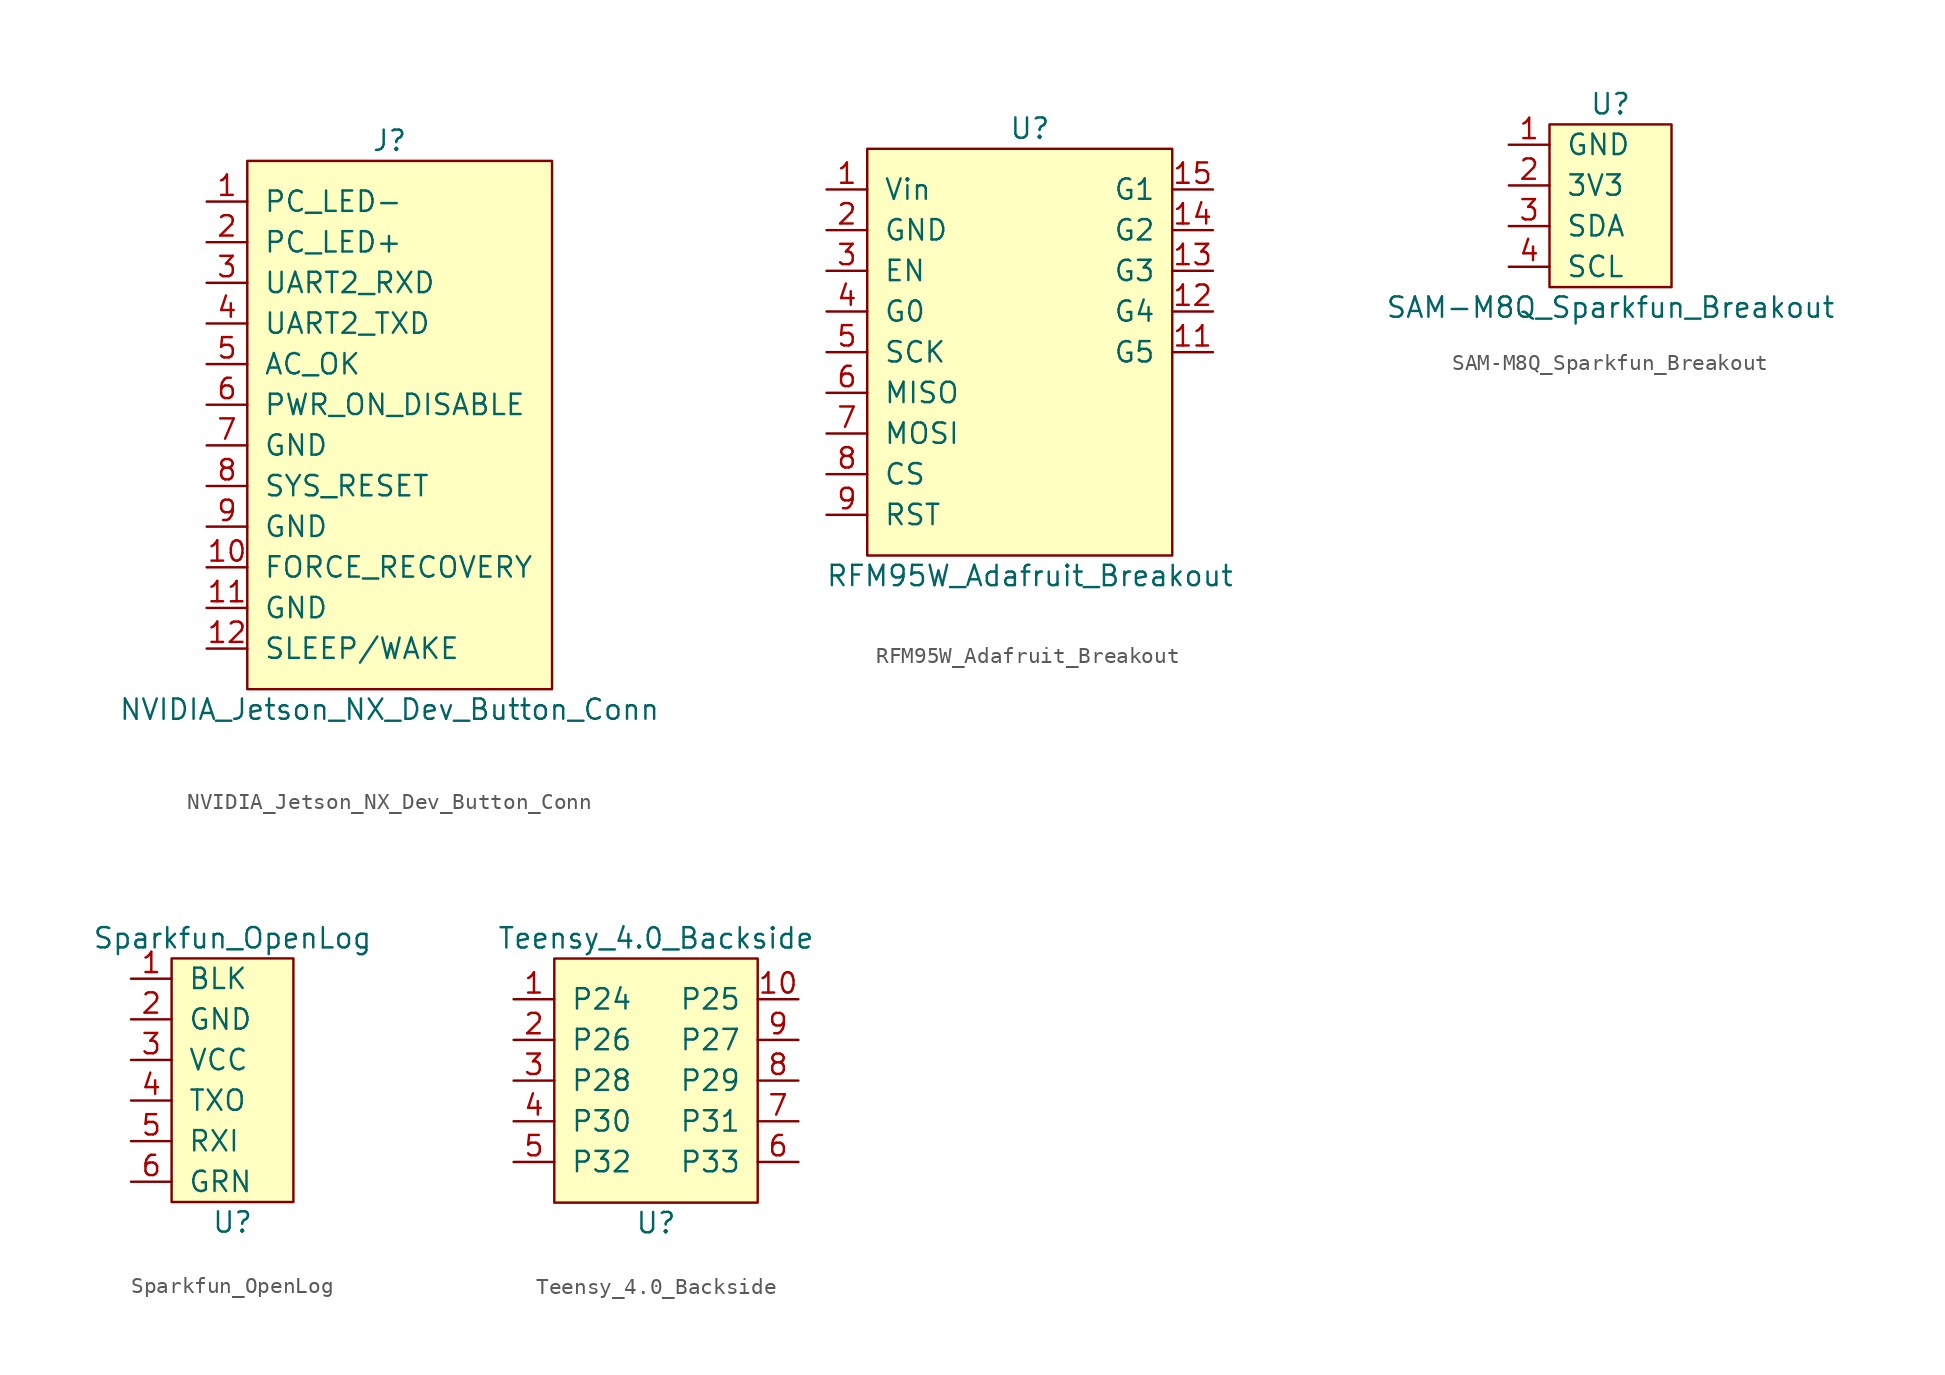
<source format=kicad_sym>
(kicad_symbol_lib
  (version 20211014)
  (generator kicad_symbol_editor)
  (symbol "NVIDIA_Jetson_NX_Dev_Button_Conn"
    (pin_names
      (offset 1.016))
    (property "Reference" "J"
      (at 0 24.13 0)
      (effects (font (size 1.27 1.27))))
    (property "Value" "NVIDIA_Jetson_NX_Dev_Button_Conn"
      (at 0 -11.43 0)
      (effects (font (size 1.27 1.27))))
    (symbol "NVIDIA_Jetson_NX_Dev_Button_Conn_0_1"
      (rectangle (start -8.89 22.86) (end 10.16 -10.16) (stroke (width 0) (type default) (color 0 0 0 0)) (fill (type background))))
    (symbol "NVIDIA_Jetson_NX_Dev_Button_Conn_1_1"
      (pin input line (at -11.43 20.32 0) (length 2.54) (name "PC_LED-" (effects (font (size 1.27 1.27)))) (number "1" (effects (font (size 1.27 1.27)))))
      (pin input line (at -11.43 -2.54 0) (length 2.54) (name "FORCE_RECOVERY" (effects (font (size 1.27 1.27)))) (number "10" (effects (font (size 1.27 1.27)))))
      (pin power_out line (at -11.43 -5.08 0) (length 2.54) (name "GND" (effects (font (size 1.27 1.27)))) (number "11" (effects (font (size 1.27 1.27)))))
      (pin input line (at -11.43 -7.62 0) (length 2.54) (name "SLEEP/WAKE" (effects (font (size 1.27 1.27)))) (number "12" (effects (font (size 1.27 1.27)))))
      (pin output line (at -11.43 17.78 0) (length 2.54) (name "PC_LED+" (effects (font (size 1.27 1.27)))) (number "2" (effects (font (size 1.27 1.27)))))
      (pin input line (at -11.43 15.24 0) (length 2.54) (name "UART2_RXD" (effects (font (size 1.27 1.27)))) (number "3" (effects (font (size 1.27 1.27)))))
      (pin output line (at -11.43 12.7 0) (length 2.54) (name "UART2_TXD" (effects (font (size 1.27 1.27)))) (number "4" (effects (font (size 1.27 1.27)))))
      (pin input line (at -11.43 10.16 0) (length 2.54) (name "AC_OK" (effects (font (size 1.27 1.27)))) (number "5" (effects (font (size 1.27 1.27)))))
      (pin bidirectional line (at -11.43 7.62 0) (length 2.54) (name "PWR_ON_DISABLE" (effects (font (size 1.27 1.27)))) (number "6" (effects (font (size 1.27 1.27)))))
      (pin power_out line (at -11.43 5.08 0) (length 2.54) (name "GND" (effects (font (size 1.27 1.27)))) (number "7" (effects (font (size 1.27 1.27)))))
      (pin input line (at -11.43 2.54 0) (length 2.54) (name "SYS_RESET" (effects (font (size 1.27 1.27)))) (number "8" (effects (font (size 1.27 1.27)))))
      (pin power_out line (at -11.43 0 0) (length 2.54) (name "GND" (effects (font (size 1.27 1.27)))) (number "9" (effects (font (size 1.27 1.27)))))))
  (symbol "RFM95W_Adafruit_Breakout"
    (pin_names
      (offset 1.016))
    (property "Reference" "U"
      (at 0 13.97 0)
      (effects (font (size 1.27 1.27))))
    (property "Value" "RFM95W_Adafruit_Breakout"
      (at 0 -13.97 0)
      (effects (font (size 1.27 1.27))))
    (symbol "RFM95W_Adafruit_Breakout_0_1"
      (rectangle (start -10.16 12.7) (end 8.89 -12.7) (stroke (width 0) (type default) (color 0 0 0 0)) (fill (type background))))
    (symbol "RFM95W_Adafruit_Breakout_1_1"
      (pin power_in line (at -12.7 10.16 0) (length 2.54) (name "Vin" (effects (font (size 1.27 1.27)))) (number "1" (effects (font (size 1.27 1.27)))))
      (pin bidirectional line (at 11.43 0 180) (length 2.54) (name "G5" (effects (font (size 1.27 1.27)))) (number "11" (effects (font (size 1.27 1.27)))))
      (pin bidirectional line (at 11.43 2.54 180) (length 2.54) (name "G4" (effects (font (size 1.27 1.27)))) (number "12" (effects (font (size 1.27 1.27)))))
      (pin bidirectional line (at 11.43 5.08 180) (length 2.54) (name "G3" (effects (font (size 1.27 1.27)))) (number "13" (effects (font (size 1.27 1.27)))))
      (pin bidirectional line (at 11.43 7.62 180) (length 2.54) (name "G2" (effects (font (size 1.27 1.27)))) (number "14" (effects (font (size 1.27 1.27)))))
      (pin bidirectional line (at 11.43 10.16 180) (length 2.54) (name "G1" (effects (font (size 1.27 1.27)))) (number "15" (effects (font (size 1.27 1.27)))))
      (pin power_in line (at -12.7 7.62 0) (length 2.54) (name "GND" (effects (font (size 1.27 1.27)))) (number "2" (effects (font (size 1.27 1.27)))))
      (pin input line (at -12.7 5.08 0) (length 2.54) (name "EN" (effects (font (size 1.27 1.27)))) (number "3" (effects (font (size 1.27 1.27)))))
      (pin output line (at -12.7 2.54 0) (length 2.54) (name "G0" (effects (font (size 1.27 1.27)))) (number "4" (effects (font (size 1.27 1.27)))))
      (pin input line (at -12.7 0 0) (length 2.54) (name "SCK" (effects (font (size 1.27 1.27)))) (number "5" (effects (font (size 1.27 1.27)))))
      (pin output line (at -12.7 -2.54 0) (length 2.54) (name "MISO" (effects (font (size 1.27 1.27)))) (number "6" (effects (font (size 1.27 1.27)))))
      (pin input line (at -12.7 -5.08 0) (length 2.54) (name "MOSI" (effects (font (size 1.27 1.27)))) (number "7" (effects (font (size 1.27 1.27)))))
      (pin input line (at -12.7 -7.62 0) (length 2.54) (name "CS" (effects (font (size 1.27 1.27)))) (number "8" (effects (font (size 1.27 1.27)))))
      (pin input line (at -12.7 -10.16 0) (length 2.54) (name "RST" (effects (font (size 1.27 1.27)))) (number "9" (effects (font (size 1.27 1.27)))))))
  (symbol "SAM-M8Q_Sparkfun_Breakout"
    (pin_names
      (offset 1.016))
    (property "Reference" "U"
      (at 0 7.62 0)
      (effects (font (size 1.27 1.27))))
    (property "Value" "SAM-M8Q_Sparkfun_Breakout"
      (at 0 -5.08 0)
      (effects (font (size 1.27 1.27))))
    (symbol "SAM-M8Q_Sparkfun_Breakout_0_1"
      (rectangle (start -3.81 6.35) (end 3.81 -3.81) (stroke (width 0) (type default) (color 0 0 0 0)) (fill (type background))))
    (symbol "SAM-M8Q_Sparkfun_Breakout_1_1"
      (pin power_in line (at -6.35 5.08 0) (length 2.54) (name "GND" (effects (font (size 1.27 1.27)))) (number "1" (effects (font (size 1.27 1.27)))))
      (pin power_in line (at -6.35 2.54 0) (length 2.54) (name "3V3" (effects (font (size 1.27 1.27)))) (number "2" (effects (font (size 1.27 1.27)))))
      (pin bidirectional line (at -6.35 0 0) (length 2.54) (name "SDA" (effects (font (size 1.27 1.27)))) (number "3" (effects (font (size 1.27 1.27)))))
      (pin bidirectional line (at -6.35 -2.54 0) (length 2.54) (name "SCL" (effects (font (size 1.27 1.27)))) (number "4" (effects (font (size 1.27 1.27)))))))
  (symbol "Sparkfun_OpenLog"
    (pin_names
      (offset 1.016))
    (property "Reference" "U"
      (at 0 -8.89 0)
      (effects (font (size 1.27 1.27))))
    (property "Value" "Sparkfun_OpenLog"
      (at 0 8.89 0)
      (effects (font (size 1.27 1.27))))
    (symbol "Sparkfun_OpenLog_0_1"
      (rectangle (start -3.81 7.62) (end 3.81 -7.62) (stroke (width 0) (type default) (color 0 0 0 0)) (fill (type background))))
    (symbol "Sparkfun_OpenLog_1_1"
      (pin power_in line (at -6.35 6.35 0) (length 2.54) (name "BLK" (effects (font (size 1.27 1.27)))) (number "1" (effects (font (size 1.27 1.27)))))
      (pin power_in line (at -6.35 3.81 0) (length 2.54) (name "GND" (effects (font (size 1.27 1.27)))) (number "2" (effects (font (size 1.27 1.27)))))
      (pin power_in line (at -6.35 1.27 0) (length 2.54) (name "VCC" (effects (font (size 1.27 1.27)))) (number "3" (effects (font (size 1.27 1.27)))))
      (pin output line (at -6.35 -1.27 0) (length 2.54) (name "TXO" (effects (font (size 1.27 1.27)))) (number "4" (effects (font (size 1.27 1.27)))))
      (pin input line (at -6.35 -3.81 0) (length 2.54) (name "RXI" (effects (font (size 1.27 1.27)))) (number "5" (effects (font (size 1.27 1.27)))))
      (pin output line (at -6.35 -6.35 0) (length 2.54) (name "GRN" (effects (font (size 1.27 1.27)))) (number "6" (effects (font (size 1.27 1.27)))))))
  (symbol "Teensy_4.0_Backside"
    (pin_names
      (offset 1.016))
    (property "Reference" "U"
      (at 0 -8.89 0)
      (effects (font (size 1.27 1.27))))
    (property "Value" "Teensy_4.0_Backside"
      (at 0 8.89 0)
      (effects (font (size 1.27 1.27))))
    (symbol "Teensy_4.0_Backside_0_1"
      (rectangle (start -6.35 7.62) (end 6.35 -7.62) (stroke (width 0) (type default) (color 0 0 0 0)) (fill (type background))))
    (symbol "Teensy_4.0_Backside_1_1"
      (pin bidirectional line (at -8.89 5.08 0) (length 2.54) (name "P24" (effects (font (size 1.27 1.27)))) (number "1" (effects (font (size 1.27 1.27)))))
      (pin bidirectional line (at 8.89 5.08 180) (length 2.54) (name "P25" (effects (font (size 1.27 1.27)))) (number "10" (effects (font (size 1.27 1.27)))))
      (pin bidirectional line (at -8.89 2.54 0) (length 2.54) (name "P26" (effects (font (size 1.27 1.27)))) (number "2" (effects (font (size 1.27 1.27)))))
      (pin bidirectional line (at -8.89 0 0) (length 2.54) (name "P28" (effects (font (size 1.27 1.27)))) (number "3" (effects (font (size 1.27 1.27)))))
      (pin bidirectional line (at -8.89 -2.54 0) (length 2.54) (name "P30" (effects (font (size 1.27 1.27)))) (number "4" (effects (font (size 1.27 1.27)))))
      (pin bidirectional line (at -8.89 -5.08 0) (length 2.54) (name "P32" (effects (font (size 1.27 1.27)))) (number "5" (effects (font (size 1.27 1.27)))))
      (pin bidirectional line (at 8.89 -5.08 180) (length 2.54) (name "P33" (effects (font (size 1.27 1.27)))) (number "6" (effects (font (size 1.27 1.27)))))
      (pin bidirectional line (at 8.89 -2.54 180) (length 2.54) (name "P31" (effects (font (size 1.27 1.27)))) (number "7" (effects (font (size 1.27 1.27)))))
      (pin bidirectional line (at 8.89 0 180) (length 2.54) (name "P29" (effects (font (size 1.27 1.27)))) (number "8" (effects (font (size 1.27 1.27)))))
      (pin bidirectional line (at 8.89 2.54 180) (length 2.54) (name "P27" (effects (font (size 1.27 1.27)))) (number "9" (effects (font (size 1.27 1.27))))))))
</source>
